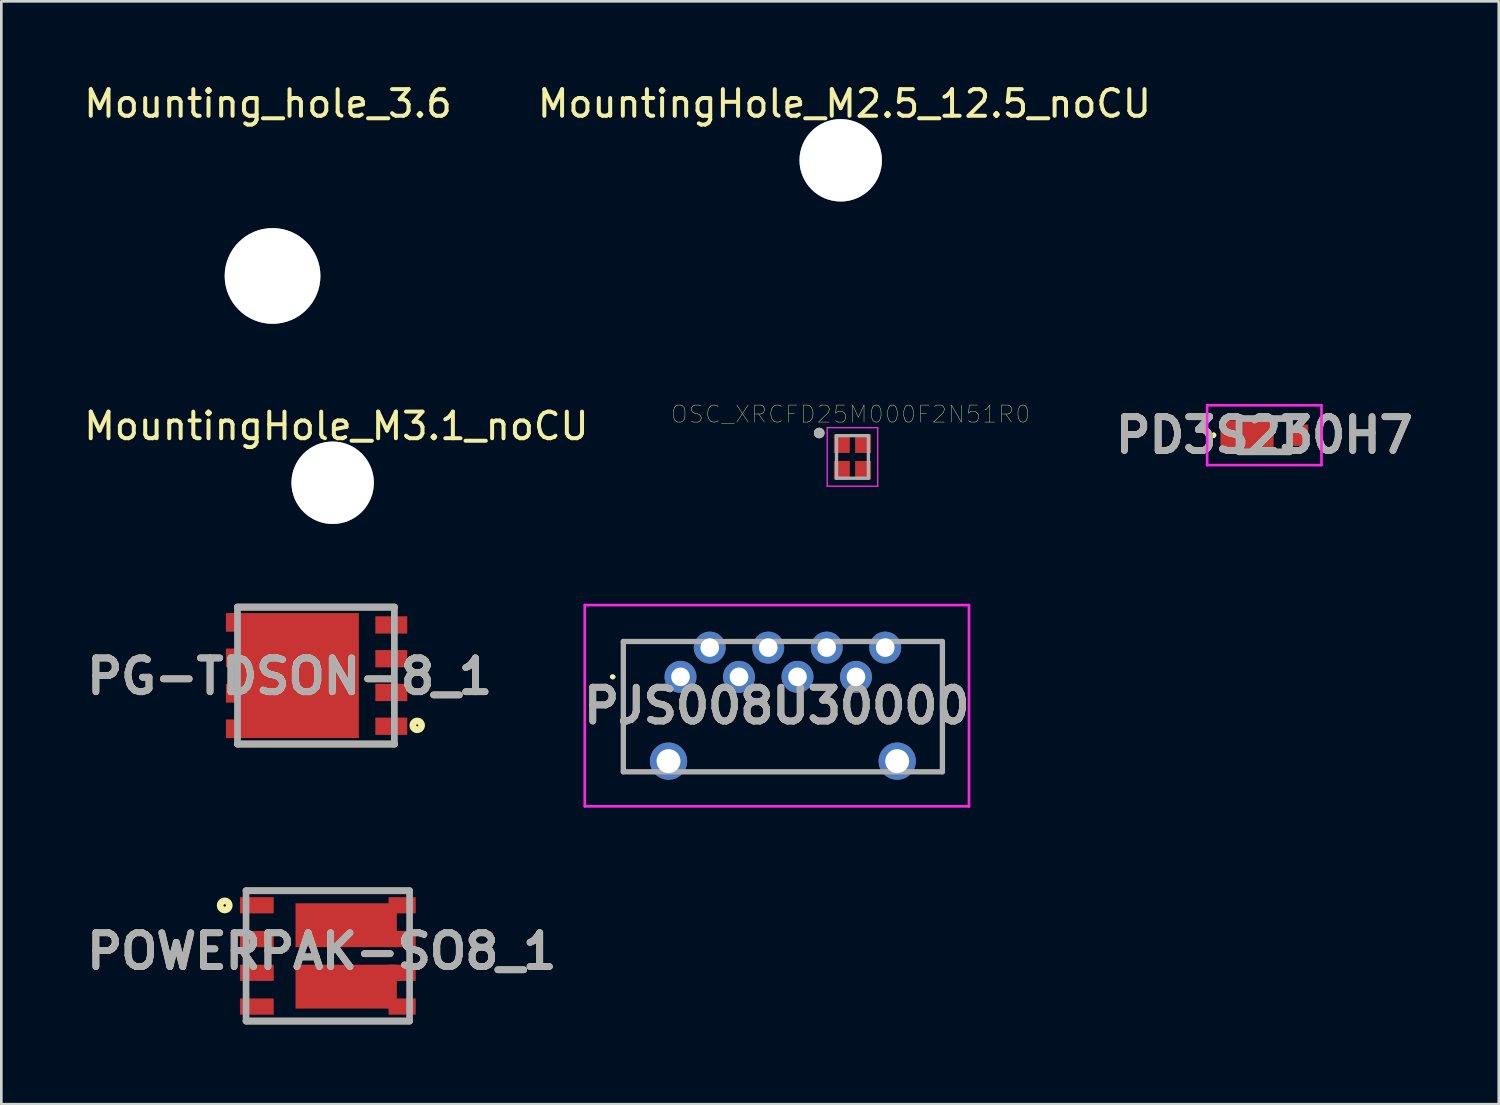
<source format=kicad_pcb>
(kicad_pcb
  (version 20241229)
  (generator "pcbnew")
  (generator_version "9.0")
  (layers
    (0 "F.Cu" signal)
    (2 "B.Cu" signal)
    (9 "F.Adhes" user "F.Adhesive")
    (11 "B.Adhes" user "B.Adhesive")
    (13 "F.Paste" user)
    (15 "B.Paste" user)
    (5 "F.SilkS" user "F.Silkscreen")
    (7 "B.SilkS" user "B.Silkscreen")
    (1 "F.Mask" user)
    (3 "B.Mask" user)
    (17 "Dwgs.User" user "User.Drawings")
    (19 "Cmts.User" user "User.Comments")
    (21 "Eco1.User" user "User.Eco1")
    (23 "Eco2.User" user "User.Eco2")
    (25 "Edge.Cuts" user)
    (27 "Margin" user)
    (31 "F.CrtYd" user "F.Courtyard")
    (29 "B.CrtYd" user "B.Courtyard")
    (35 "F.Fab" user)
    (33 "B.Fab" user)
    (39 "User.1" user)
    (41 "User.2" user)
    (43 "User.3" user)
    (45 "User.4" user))
  (footprint "PG-TDSON-8_1"
    (layer "F.Cu")
    (at 8.832 22.358)
    (property "Reference" "PG-TDSON-8_1" (at -0.988 0.032 0) (layer "F.SilkS") (effects (font (size 1.27 1.27) (thickness 0.254))))
    (attr smd)
    (fp_line (start -2.95 -2.575) (end 2.95 -2.575) (stroke (width 0.254) (type solid)) (layer "F.SilkS"))
    (fp_line (start 2.95 2.575) (end -2.95 2.575) (stroke (width 0.254) (type solid)) (layer "F.SilkS"))
    (fp_circle (center 3.809 1.872) (end 3.809 1.909) (stroke (width 0.254) (type solid)) (fill no) (layer "F.SilkS"))
    (fp_line (start -2.95 -2.575) (end 2.95 -2.575) (stroke (width 0.254) (type solid)) (layer "F.Fab"))
    (fp_line (start -2.95 2.575) (end -2.95 -2.575) (stroke (width 0.254) (type solid)) (layer "F.Fab"))
    (fp_line (start 2.95 -2.575) (end 2.95 2.575) (stroke (width 0.254) (type solid)) (layer "F.Fab"))
    (fp_line (start 2.95 2.575) (end -2.95 2.575) (stroke (width 0.254) (type solid)) (layer "F.Fab"))
    (fp_text user "${REFERENCE}" (at -0.988 0.032 0) (layer "F.Fab") (effects (font (size 1.27 1.27) (thickness 0.254))))
    (pad "1" smd rect (at 2.834 1.905 90) (size 0.65 1.2) (layers "F.Cu" "F.Mask" "F.Paste"))
    (pad "2" smd rect (at 2.834 0.635 90) (size 0.65 1.2) (layers "F.Cu" "F.Mask" "F.Paste"))
    (pad "3" smd rect (at 2.834 -0.635 90) (size 0.65 1.2) (layers "F.Cu" "F.Mask" "F.Paste"))
    (pad "4" smd rect (at 2.834 -1.905 90) (size 0.65 1.2) (layers "F.Cu" "F.Mask" "F.Paste"))
    (pad "5" smd rect (at -3.135 -2) (size 0.5 0.7) (layers "F.Cu" "F.Mask" "F.Paste"))
    (pad "5" smd rect (at -0.635 0) (size 4.5 4.7) (layers "F.Cu" "F.Mask" "F.Paste"))
    (pad "6" smd rect (at -3.135 -0.667) (size 0.5 0.7) (layers "F.Cu" "F.Mask" "F.Paste"))
    (pad "7" smd rect (at -3.135 0.667) (size 0.5 0.7) (layers "F.Cu" "F.Mask" "F.Paste"))
    (pad "8" smd rect (at -3.135 2) (size 0.5 0.7) (layers "F.Cu" "F.Mask" "F.Paste")))
  (footprint "POWERPAK-SO8_1"
    (layer "F.Cu")
    (at 9.279 32.901)
    (property "Reference" "POWERPAK-SO8_1" (at -0.226 -0.175 0) (layer "F.SilkS") (effects (font (size 1.27 1.27) (thickness 0.254))))
    (attr smd)
    (fp_line (start -3.075 -2.45) (end 3.075 -2.45) (stroke (width 0.25) (type solid)) (layer "F.SilkS"))
    (fp_line (start 3.075 2.45) (end -3.075 2.45) (stroke (width 0.25) (type solid)) (layer "F.SilkS"))
    (fp_circle (center -3.878 -1.899) (end -3.878 -1.853) (stroke (width 0.25) (type solid)) (fill no) (layer "F.SilkS"))
    (fp_line (start -3.075 -2.45) (end 3.075 -2.45) (stroke (width 0.25) (type solid)) (layer "F.Fab"))
    (fp_line (start -3.075 2.45) (end -3.075 -2.45) (stroke (width 0.25) (type solid)) (layer "F.Fab"))
    (fp_line (start 3.075 -2.45) (end 3.075 2.45) (stroke (width 0.25) (type solid)) (layer "F.Fab"))
    (fp_line (start 3.075 2.45) (end -3.075 2.45) (stroke (width 0.25) (type solid)) (layer "F.Fab"))
    (fp_text user "${REFERENCE}" (at -0.226 -0.175 0) (layer "F.Fab") (effects (font (size 1.27 1.27) (thickness 0.254))))
    (pad "1" smd rect (at -2.67 -1.905 90) (size 0.61 1.27) (layers "F.Cu" "F.Mask" "F.Paste"))
    (pad "2" smd rect (at -2.67 -0.635 90) (size 0.61 1.27) (layers "F.Cu" "F.Mask" "F.Paste"))
    (pad "3" smd rect (at -2.67 0.635 90) (size 0.61 1.27) (layers "F.Cu" "F.Mask" "F.Paste"))
    (pad "4" smd rect (at -2.67 1.905 90) (size 0.61 1.27) (layers "F.Cu" "F.Mask" "F.Paste"))
    (pad "5" smd rect (at 2.795 1.905 90) (size 0.61 1.02) (layers "F.Cu" "F.Mask" "F.Paste"))
    (pad "6" smd rect (at 2.795 0.635 90) (size 0.61 1.02) (layers "F.Cu" "F.Mask" "F.Paste"))
    (pad "7" smd rect (at 2.795 -0.635 90) (size 0.61 1.02) (layers "F.Cu" "F.Mask" "F.Paste"))
    (pad "8" smd rect (at 2.795 -1.905 90) (size 0.61 1.02) (layers "F.Cu" "F.Mask" "F.Paste"))
    (pad "9" smd rect (at 0.69 1.155 90) (size 1.65 3.81) (layers "F.Cu" "F.Mask" "F.Paste"))
    (pad "10" smd rect (at 0.69 -1.155 90) (size 1.65 3.81) (layers "F.Cu" "F.Mask" "F.Paste")))
  (footprint "Mounting_hole_3.6"
    (layer "F.Cu")
    (at 7.2 7.328)
    (property "Reference" "Mounting_hole_3.6" (at -0.17 -6.48 0) (layer "F.SilkS") (effects (font (size 1 1) (thickness 0.15))))
    (attr through_hole)
    (pad "1" thru_hole circle (at 0 0) (size 3.6 3.6) (drill 3.6) (layers "*.Cu" "*.Mask")))
  (footprint "OSC_XRCFD25M000F2N51R0"
    (layer "F.Cu")
    (at 29.01 14.135)
    (property "Reference" "OSC_XRCFD25M000F2N51R0" (at -0.068 -1.606 0) (layer "F.SilkS") (effects (font (size 0.64 0.64) (thickness 0.015))))
    (attr through_hole)
    (fp_circle (center -1.25 -0.9) (end -1.15 -0.9) (stroke (width 0.2) (type solid)) (fill no) (layer "F.SilkS"))
    (fp_line (start -0.95 -1.1) (end 0.95 -1.1) (stroke (width 0.05) (type solid)) (layer "F.CrtYd"))
    (fp_line (start -0.95 1.1) (end -0.95 -1.1) (stroke (width 0.05) (type solid)) (layer "F.CrtYd"))
    (fp_line (start 0.95 -1.1) (end 0.95 1.1) (stroke (width 0.05) (type solid)) (layer "F.CrtYd"))
    (fp_line (start 0.95 1.1) (end -0.95 1.1) (stroke (width 0.05) (type solid)) (layer "F.CrtYd"))
    (fp_line (start -0.6 -0.8) (end 0.6 -0.8) (stroke (width 0.127) (type solid)) (layer "F.Fab"))
    (fp_line (start -0.6 0.8) (end -0.6 -0.8) (stroke (width 0.127) (type solid)) (layer "F.Fab"))
    (fp_line (start 0.6 -0.8) (end 0.6 0.8) (stroke (width 0.127) (type solid)) (layer "F.Fab"))
    (fp_line (start 0.6 0.8) (end -0.6 0.8) (stroke (width 0.127) (type solid)) (layer "F.Fab"))
    (fp_circle (center -1.25 -0.9) (end -1.15 -0.9) (stroke (width 0.2) (type solid)) (fill no) (layer "F.Fab"))
    (pad "1" smd rect (at -0.4 -0.5) (size 0.6 0.7) (layers "F.Cu" "F.Mask" "F.Paste"))
    (pad "2" smd rect (at -0.4 0.5) (size 0.6 0.7) (layers "F.Cu" "F.Mask" "F.Paste"))
    (pad "3" smd rect (at 0.4 0.5) (size 0.6 0.7) (layers "F.Cu" "F.Mask" "F.Paste"))
    (pad "4" smd rect (at 0.4 -0.5) (size 0.6 0.7) (layers "F.Cu" "F.Mask" "F.Paste")))
  (footprint "MountingHole_M3.1_noCU"
    (layer "F.Cu")
    (at 9.481 15.146)
    (property "Reference" "MountingHole_M3.1_noCU" (at 0.12 -2.17 0) (layer "F.SilkS") (effects (font (size 1 1) (thickness 0.15))))
    (attr through_hole)
    (pad "1" thru_hole circle (at -0.02 -0.04) (size 3.1 3.1) (drill 3.1) (layers "*.Cu" "*.Mask")))
  (footprint "PJS008U30000"
    (layer "F.Cu")
    (at 26.168 23.526)
    (property "Reference" "PJS008U30000" (at 0 -0.035 0) (layer "F.SilkS") (effects (font (size 1.27 1.27) (thickness 0.254))))
    (attr through_hole)
    (fp_line (start -6.225 -1.12) (end -6.225 -1.12) (stroke (width 0.1) (type solid)) (layer "F.SilkS"))
    (fp_line (start -6.125 -1.12) (end -6.125 -1.12) (stroke (width 0.1) (type solid)) (layer "F.SilkS"))
    (fp_line (start -5.775 -2.45) (end -3.775 -2.45) (stroke (width 0.1) (type solid)) (layer "F.SilkS"))
    (fp_line (start -5.775 2.45) (end -5.775 -2.45) (stroke (width 0.1) (type solid)) (layer "F.SilkS"))
    (fp_line (start -2.775 2.45) (end 2.975 2.45) (stroke (width 0.1) (type solid)) (layer "F.SilkS"))
    (fp_line (start 5.225 -2.45) (end 6.225 -2.45) (stroke (width 0.1) (type solid)) (layer "F.SilkS"))
    (fp_line (start 6.225 -2.45) (end 6.225 2.45) (stroke (width 0.1) (type solid)) (layer "F.SilkS"))
    (fp_arc (start -6.225 -1.12) (mid -6.175 -1.17) (end -6.125 -1.12) (stroke (width 0.1) (type solid)) (layer "F.SilkS"))
    (fp_arc (start -6.125 -1.12) (mid -6.175 -1.07) (end -6.225 -1.12) (stroke (width 0.1) (type solid)) (layer "F.SilkS"))
    (fp_line (start -7.225 -3.82) (end 7.225 -3.82) (stroke (width 0.1) (type solid)) (layer "F.CrtYd"))
    (fp_line (start -7.225 3.75) (end -7.225 -3.82) (stroke (width 0.1) (type solid)) (layer "F.CrtYd"))
    (fp_line (start 7.225 -3.82) (end 7.225 3.75) (stroke (width 0.1) (type solid)) (layer "F.CrtYd"))
    (fp_line (start 7.225 3.75) (end -7.225 3.75) (stroke (width 0.1) (type solid)) (layer "F.CrtYd"))
    (fp_line (start -5.775 -2.45) (end 6.225 -2.45) (stroke (width 0.2) (type solid)) (layer "F.Fab"))
    (fp_line (start -5.775 2.45) (end -5.775 -2.45) (stroke (width 0.2) (type solid)) (layer "F.Fab"))
    (fp_line (start 6.225 -2.45) (end 6.225 2.45) (stroke (width 0.2) (type solid)) (layer "F.Fab"))
    (fp_line (start 6.225 2.45) (end -5.775 2.45) (stroke (width 0.2) (type solid)) (layer "F.Fab"))
    (fp_text user "${REFERENCE}" (at 0 -0.035 0) (layer "F.Fab") (effects (font (size 1.27 1.27) (thickness 0.254))))
    (pad "1" thru_hole circle (at -3.625 -1.12) (size 1.2 1.2) (drill 0.7) (layers "*.Cu" "*.Mask"))
    (pad "2" thru_hole circle (at -2.525 -2.22) (size 1.2 1.2) (drill 0.7) (layers "*.Cu" "*.Mask"))
    (pad "3" thru_hole circle (at -1.425 -1.12) (size 1.2 1.2) (drill 0.7) (layers "*.Cu" "*.Mask"))
    (pad "4" thru_hole circle (at -0.325 -2.22) (size 1.2 1.2) (drill 0.7) (layers "*.Cu" "*.Mask"))
    (pad "5" thru_hole circle (at 0.775 -1.12) (size 1.2 1.2) (drill 0.7) (layers "*.Cu" "*.Mask"))
    (pad "6" thru_hole circle (at 1.875 -2.22) (size 1.2 1.2) (drill 0.7) (layers "*.Cu" "*.Mask"))
    (pad "7" thru_hole circle (at 2.975 -1.12) (size 1.2 1.2) (drill 0.7) (layers "*.Cu" "*.Mask"))
    (pad "8" thru_hole circle (at 4.075 -2.22) (size 1.2 1.2) (drill 0.7) (layers "*.Cu" "*.Mask"))
    (pad "MH1" thru_hole circle (at -4.075 2.05) (size 1.4 1.4) (drill 0.9) (layers "*.Cu" "*.Mask"))
    (pad "MH2" thru_hole circle (at 4.525 2.05) (size 1.4 1.4) (drill 0.9) (layers "*.Cu" "*.Mask")))
  (footprint "PD3S230H7"
    (layer "F.Cu")
    (at 44.649 13.317)
    (property "Reference" "PD3S230H7" (at -0.15 0 0) (layer "F.SilkS") (effects (font (size 1.27 1.27) (thickness 0.254))))
    (attr smd)
    (fp_line (start -2.05 -0.05) (end -2.05 -0.05) (stroke (width 0.1) (type solid)) (layer "F.SilkS"))
    (fp_line (start -2.05 0.05) (end -2.05 0.05) (stroke (width 0.1) (type solid)) (layer "F.SilkS"))
    (fp_arc (start -2.05 -0.05) (mid -2 0) (end -2.05 0.05) (stroke (width 0.1) (type solid)) (layer "F.SilkS"))
    (fp_arc (start -2.05 0.05) (mid -2.1 0) (end -2.05 -0.05) (stroke (width 0.1) (type solid)) (layer "F.SilkS"))
    (fp_line (start -2.3 -1.125) (end 2 -1.125) (stroke (width 0.1) (type solid)) (layer "F.CrtYd"))
    (fp_line (start -2.3 1.125) (end -2.3 -1.125) (stroke (width 0.1) (type solid)) (layer "F.CrtYd"))
    (fp_line (start 2 -1.125) (end 2 1.125) (stroke (width 0.1) (type solid)) (layer "F.CrtYd"))
    (fp_line (start 2 1.125) (end -2.3 1.125) (stroke (width 0.1) (type solid)) (layer "F.CrtYd"))
    (fp_line (start -1.1 -0.625) (end 0.8 -0.625) (stroke (width 0.254) (type solid)) (layer "F.Fab"))
    (fp_line (start -1.1 0.625) (end -1.1 -0.625) (stroke (width 0.254) (type solid)) (layer "F.Fab"))
    (fp_line (start 0.8 -0.625) (end 0.8 0.625) (stroke (width 0.254) (type solid)) (layer "F.Fab"))
    (fp_line (start 0.8 0.625) (end -1.1 0.625) (stroke (width 0.254) (type solid)) (layer "F.Fab"))
    (fp_text user "${REFERENCE}" (at -0.15 0 0) (layer "F.Fab") (effects (font (size 1.27 1.27) (thickness 0.254))))
    (pad "1" smd rect (at -0.8 0 90) (size 1.1 2) (layers "F.Cu" "F.Mask" "F.Paste"))
    (pad "2" smd rect (at 1.1 0 90) (size 0.8 0.8) (layers "F.Cu" "F.Mask" "F.Paste")))
  (footprint "MountingHole_M2.5_12.5_noCU"
    (layer "F.Cu")
    (at 28.588 3.018)
    (property "Reference" "MountingHole_M2.5_12.5_noCU" (at 0.12 -2.17 0) (layer "F.SilkS") (effects (font (size 1 1) (thickness 0.15))))
    (attr through_hole)
    (pad "1" thru_hole circle (at -0.02 -0.04) (size 3.1 3.1) (drill 3.1) (layers "*.Cu" "*.Mask")))
  (gr_rect
    (start -3 -3)
    (end 53.317 38.477)
    (stroke (width 0.1) (type default))
    (fill no)
    (layer "Edge.Cuts")))
</source>
